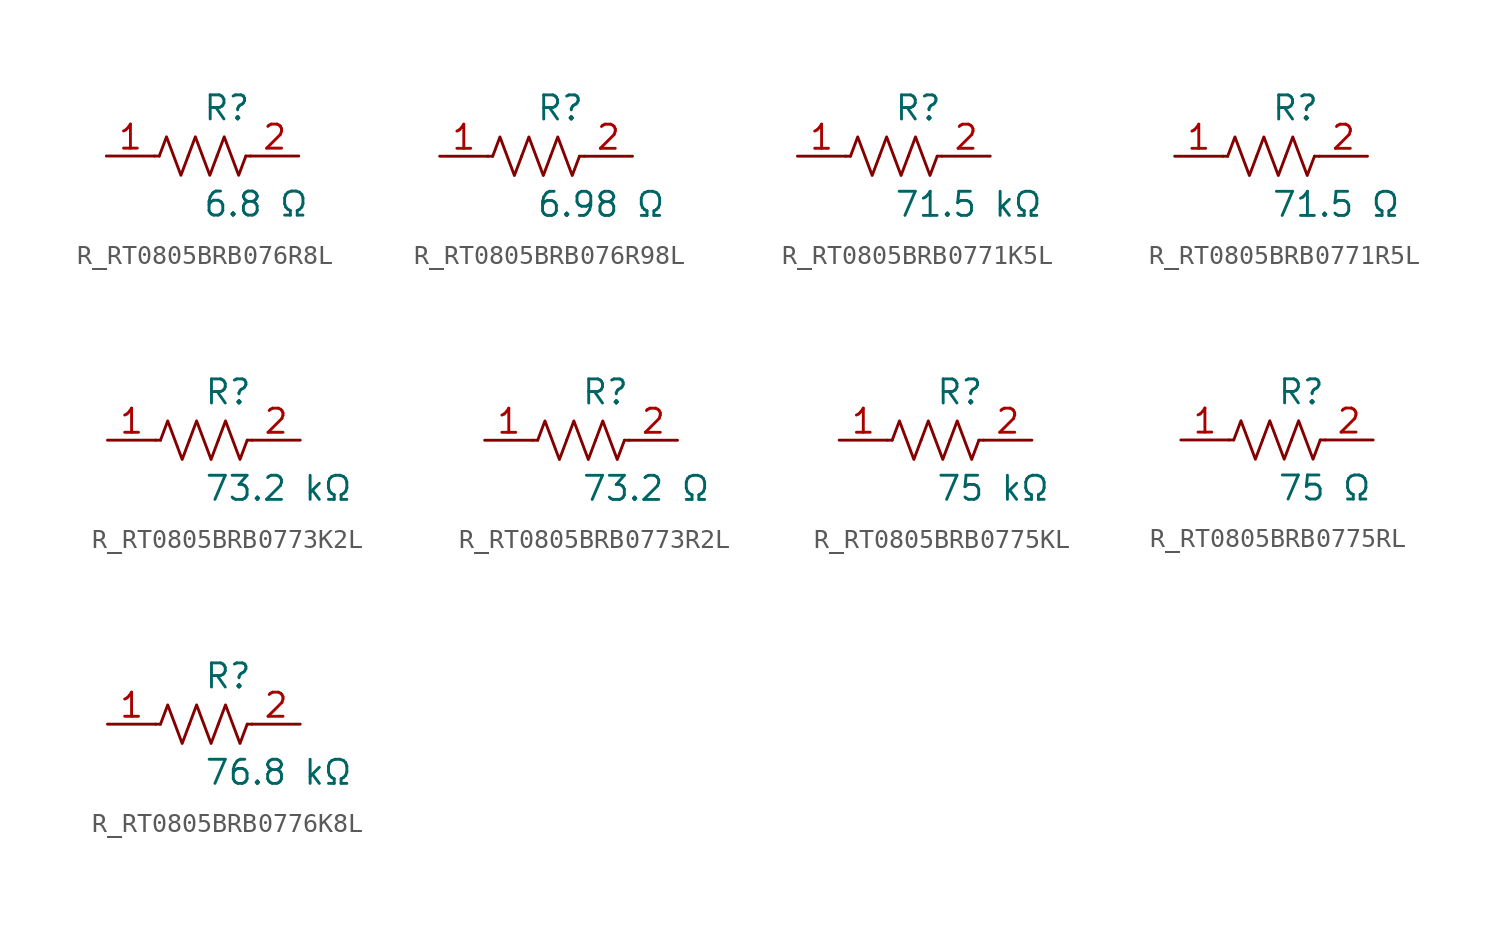
<source format=kicad_sym>
(kicad_symbol_lib
  (version 20231120)
  (generator kicad_symbol_editor)
  (generator_version 8.0)
  (symbol "R_RT0805BRB076R8L"
    (pin_names
      (offset 0.254))
    (property "Reference" "R"
      (at 0 2.54 0)
      (effects (font (size 1.27 1.27)) (justify left)))
    (property "Value" "6.8 Ω"
      (at 0 -2.54 0)
      (effects (font (size 1.27 1.27)) (justify left)))
    (symbol "R_RT0805BRB076R8L_0_1"
      (polyline (pts (xy 2.286 0) (xy 2.54 0)) (stroke (width 0) (type default)) (fill (type none)))
      (polyline (pts (xy -2.286 0) (xy -2.54 0)) (stroke (width 0) (type default)) (fill (type none)))
      (polyline (pts (xy 0.762 0) (xy 1.143 1.016) (xy 1.524 0) (xy 1.905 -1.016) (xy 2.286 0)) (stroke (width 0) (type default)) (fill (type none)))
      (polyline (pts (xy -0.762 0) (xy -0.381 1.016) (xy 0 0) (xy 0.381 -1.016) (xy 0.762 0)) (stroke (width 0) (type default)) (fill (type none)))
      (polyline (pts (xy -2.286 0) (xy -1.905 1.016) (xy -1.524 0) (xy -1.143 -1.016) (xy -0.762 0)) (stroke (width 0) (type default)) (fill (type none))))
    (pin unspecified line
      (at -5.08 0 0)
      (length 2.54)
      (name "" (effects (font (size 1.27 1.27))))
      (number "1" (effects (font (size 1.27 1.27)))))
    (pin unspecified line
      (at 5.08 0 180)
      (length 2.54)
      (name "" (effects (font (size 1.27 1.27))))
      (number "2" (effects (font (size 1.27 1.27))))))
  (symbol "R_RT0805BRB076R98L"
    (pin_names
      (offset 0.254))
    (property "Reference" "R"
      (at 0 2.54 0)
      (effects (font (size 1.27 1.27)) (justify left)))
    (property "Value" "6.98 Ω"
      (at 0 -2.54 0)
      (effects (font (size 1.27 1.27)) (justify left)))
    (symbol "R_RT0805BRB076R98L_0_1"
      (polyline (pts (xy 2.286 0) (xy 2.54 0)) (stroke (width 0) (type default)) (fill (type none)))
      (polyline (pts (xy -2.286 0) (xy -2.54 0)) (stroke (width 0) (type default)) (fill (type none)))
      (polyline (pts (xy 0.762 0) (xy 1.143 1.016) (xy 1.524 0) (xy 1.905 -1.016) (xy 2.286 0)) (stroke (width 0) (type default)) (fill (type none)))
      (polyline (pts (xy -0.762 0) (xy -0.381 1.016) (xy 0 0) (xy 0.381 -1.016) (xy 0.762 0)) (stroke (width 0) (type default)) (fill (type none)))
      (polyline (pts (xy -2.286 0) (xy -1.905 1.016) (xy -1.524 0) (xy -1.143 -1.016) (xy -0.762 0)) (stroke (width 0) (type default)) (fill (type none))))
    (pin unspecified line
      (at -5.08 0 0)
      (length 2.54)
      (name "" (effects (font (size 1.27 1.27))))
      (number "1" (effects (font (size 1.27 1.27)))))
    (pin unspecified line
      (at 5.08 0 180)
      (length 2.54)
      (name "" (effects (font (size 1.27 1.27))))
      (number "2" (effects (font (size 1.27 1.27))))))
  (symbol "R_RT0805BRB0771K5L"
    (pin_names
      (offset 0.254))
    (property "Reference" "R"
      (at 0 2.54 0)
      (effects (font (size 1.27 1.27)) (justify left)))
    (property "Value" "71.5 kΩ"
      (at 0 -2.54 0)
      (effects (font (size 1.27 1.27)) (justify left)))
    (symbol "R_RT0805BRB0771K5L_0_1"
      (polyline (pts (xy 2.286 0) (xy 2.54 0)) (stroke (width 0) (type default)) (fill (type none)))
      (polyline (pts (xy -2.286 0) (xy -2.54 0)) (stroke (width 0) (type default)) (fill (type none)))
      (polyline (pts (xy 0.762 0) (xy 1.143 1.016) (xy 1.524 0) (xy 1.905 -1.016) (xy 2.286 0)) (stroke (width 0) (type default)) (fill (type none)))
      (polyline (pts (xy -0.762 0) (xy -0.381 1.016) (xy 0 0) (xy 0.381 -1.016) (xy 0.762 0)) (stroke (width 0) (type default)) (fill (type none)))
      (polyline (pts (xy -2.286 0) (xy -1.905 1.016) (xy -1.524 0) (xy -1.143 -1.016) (xy -0.762 0)) (stroke (width 0) (type default)) (fill (type none))))
    (pin unspecified line
      (at -5.08 0 0)
      (length 2.54)
      (name "" (effects (font (size 1.27 1.27))))
      (number "1" (effects (font (size 1.27 1.27)))))
    (pin unspecified line
      (at 5.08 0 180)
      (length 2.54)
      (name "" (effects (font (size 1.27 1.27))))
      (number "2" (effects (font (size 1.27 1.27))))))
  (symbol "R_RT0805BRB0771R5L"
    (pin_names
      (offset 0.254))
    (property "Reference" "R"
      (at 0 2.54 0)
      (effects (font (size 1.27 1.27)) (justify left)))
    (property "Value" "71.5 Ω"
      (at 0 -2.54 0)
      (effects (font (size 1.27 1.27)) (justify left)))
    (symbol "R_RT0805BRB0771R5L_0_1"
      (polyline (pts (xy 2.286 0) (xy 2.54 0)) (stroke (width 0) (type default)) (fill (type none)))
      (polyline (pts (xy -2.286 0) (xy -2.54 0)) (stroke (width 0) (type default)) (fill (type none)))
      (polyline (pts (xy 0.762 0) (xy 1.143 1.016) (xy 1.524 0) (xy 1.905 -1.016) (xy 2.286 0)) (stroke (width 0) (type default)) (fill (type none)))
      (polyline (pts (xy -0.762 0) (xy -0.381 1.016) (xy 0 0) (xy 0.381 -1.016) (xy 0.762 0)) (stroke (width 0) (type default)) (fill (type none)))
      (polyline (pts (xy -2.286 0) (xy -1.905 1.016) (xy -1.524 0) (xy -1.143 -1.016) (xy -0.762 0)) (stroke (width 0) (type default)) (fill (type none))))
    (pin unspecified line
      (at -5.08 0 0)
      (length 2.54)
      (name "" (effects (font (size 1.27 1.27))))
      (number "1" (effects (font (size 1.27 1.27)))))
    (pin unspecified line
      (at 5.08 0 180)
      (length 2.54)
      (name "" (effects (font (size 1.27 1.27))))
      (number "2" (effects (font (size 1.27 1.27))))))
  (symbol "R_RT0805BRB0773K2L"
    (pin_names
      (offset 0.254))
    (property "Reference" "R"
      (at 0 2.54 0)
      (effects (font (size 1.27 1.27)) (justify left)))
    (property "Value" "73.2 kΩ"
      (at 0 -2.54 0)
      (effects (font (size 1.27 1.27)) (justify left)))
    (symbol "R_RT0805BRB0773K2L_0_1"
      (polyline (pts (xy 2.286 0) (xy 2.54 0)) (stroke (width 0) (type default)) (fill (type none)))
      (polyline (pts (xy -2.286 0) (xy -2.54 0)) (stroke (width 0) (type default)) (fill (type none)))
      (polyline (pts (xy 0.762 0) (xy 1.143 1.016) (xy 1.524 0) (xy 1.905 -1.016) (xy 2.286 0)) (stroke (width 0) (type default)) (fill (type none)))
      (polyline (pts (xy -0.762 0) (xy -0.381 1.016) (xy 0 0) (xy 0.381 -1.016) (xy 0.762 0)) (stroke (width 0) (type default)) (fill (type none)))
      (polyline (pts (xy -2.286 0) (xy -1.905 1.016) (xy -1.524 0) (xy -1.143 -1.016) (xy -0.762 0)) (stroke (width 0) (type default)) (fill (type none))))
    (pin unspecified line
      (at -5.08 0 0)
      (length 2.54)
      (name "" (effects (font (size 1.27 1.27))))
      (number "1" (effects (font (size 1.27 1.27)))))
    (pin unspecified line
      (at 5.08 0 180)
      (length 2.54)
      (name "" (effects (font (size 1.27 1.27))))
      (number "2" (effects (font (size 1.27 1.27))))))
  (symbol "R_RT0805BRB0773R2L"
    (pin_names
      (offset 0.254))
    (property "Reference" "R"
      (at 0 2.54 0)
      (effects (font (size 1.27 1.27)) (justify left)))
    (property "Value" "73.2 Ω"
      (at 0 -2.54 0)
      (effects (font (size 1.27 1.27)) (justify left)))
    (symbol "R_RT0805BRB0773R2L_0_1"
      (polyline (pts (xy 2.286 0) (xy 2.54 0)) (stroke (width 0) (type default)) (fill (type none)))
      (polyline (pts (xy -2.286 0) (xy -2.54 0)) (stroke (width 0) (type default)) (fill (type none)))
      (polyline (pts (xy 0.762 0) (xy 1.143 1.016) (xy 1.524 0) (xy 1.905 -1.016) (xy 2.286 0)) (stroke (width 0) (type default)) (fill (type none)))
      (polyline (pts (xy -0.762 0) (xy -0.381 1.016) (xy 0 0) (xy 0.381 -1.016) (xy 0.762 0)) (stroke (width 0) (type default)) (fill (type none)))
      (polyline (pts (xy -2.286 0) (xy -1.905 1.016) (xy -1.524 0) (xy -1.143 -1.016) (xy -0.762 0)) (stroke (width 0) (type default)) (fill (type none))))
    (pin unspecified line
      (at -5.08 0 0)
      (length 2.54)
      (name "" (effects (font (size 1.27 1.27))))
      (number "1" (effects (font (size 1.27 1.27)))))
    (pin unspecified line
      (at 5.08 0 180)
      (length 2.54)
      (name "" (effects (font (size 1.27 1.27))))
      (number "2" (effects (font (size 1.27 1.27))))))
  (symbol "R_RT0805BRB0775KL"
    (pin_names
      (offset 0.254))
    (property "Reference" "R"
      (at 0 2.54 0)
      (effects (font (size 1.27 1.27)) (justify left)))
    (property "Value" "75 kΩ"
      (at 0 -2.54 0)
      (effects (font (size 1.27 1.27)) (justify left)))
    (symbol "R_RT0805BRB0775KL_0_1"
      (polyline (pts (xy 2.286 0) (xy 2.54 0)) (stroke (width 0) (type default)) (fill (type none)))
      (polyline (pts (xy -2.286 0) (xy -2.54 0)) (stroke (width 0) (type default)) (fill (type none)))
      (polyline (pts (xy 0.762 0) (xy 1.143 1.016) (xy 1.524 0) (xy 1.905 -1.016) (xy 2.286 0)) (stroke (width 0) (type default)) (fill (type none)))
      (polyline (pts (xy -0.762 0) (xy -0.381 1.016) (xy 0 0) (xy 0.381 -1.016) (xy 0.762 0)) (stroke (width 0) (type default)) (fill (type none)))
      (polyline (pts (xy -2.286 0) (xy -1.905 1.016) (xy -1.524 0) (xy -1.143 -1.016) (xy -0.762 0)) (stroke (width 0) (type default)) (fill (type none))))
    (pin unspecified line
      (at -5.08 0 0)
      (length 2.54)
      (name "" (effects (font (size 1.27 1.27))))
      (number "1" (effects (font (size 1.27 1.27)))))
    (pin unspecified line
      (at 5.08 0 180)
      (length 2.54)
      (name "" (effects (font (size 1.27 1.27))))
      (number "2" (effects (font (size 1.27 1.27))))))
  (symbol "R_RT0805BRB0775RL"
    (pin_names
      (offset 0.254))
    (property "Reference" "R"
      (at 0 2.54 0)
      (effects (font (size 1.27 1.27)) (justify left)))
    (property "Value" "75 Ω"
      (at 0 -2.54 0)
      (effects (font (size 1.27 1.27)) (justify left)))
    (symbol "R_RT0805BRB0775RL_0_1"
      (polyline (pts (xy 2.286 0) (xy 2.54 0)) (stroke (width 0) (type default)) (fill (type none)))
      (polyline (pts (xy -2.286 0) (xy -2.54 0)) (stroke (width 0) (type default)) (fill (type none)))
      (polyline (pts (xy 0.762 0) (xy 1.143 1.016) (xy 1.524 0) (xy 1.905 -1.016) (xy 2.286 0)) (stroke (width 0) (type default)) (fill (type none)))
      (polyline (pts (xy -0.762 0) (xy -0.381 1.016) (xy 0 0) (xy 0.381 -1.016) (xy 0.762 0)) (stroke (width 0) (type default)) (fill (type none)))
      (polyline (pts (xy -2.286 0) (xy -1.905 1.016) (xy -1.524 0) (xy -1.143 -1.016) (xy -0.762 0)) (stroke (width 0) (type default)) (fill (type none))))
    (pin unspecified line
      (at -5.08 0 0)
      (length 2.54)
      (name "" (effects (font (size 1.27 1.27))))
      (number "1" (effects (font (size 1.27 1.27)))))
    (pin unspecified line
      (at 5.08 0 180)
      (length 2.54)
      (name "" (effects (font (size 1.27 1.27))))
      (number "2" (effects (font (size 1.27 1.27))))))
  (symbol "R_RT0805BRB0776K8L"
    (pin_names
      (offset 0.254))
    (property "Reference" "R"
      (at 0 2.54 0)
      (effects (font (size 1.27 1.27)) (justify left)))
    (property "Value" "76.8 kΩ"
      (at 0 -2.54 0)
      (effects (font (size 1.27 1.27)) (justify left)))
    (symbol "R_RT0805BRB0776K8L_0_1"
      (polyline (pts (xy 2.286 0) (xy 2.54 0)) (stroke (width 0) (type default)) (fill (type none)))
      (polyline (pts (xy -2.286 0) (xy -2.54 0)) (stroke (width 0) (type default)) (fill (type none)))
      (polyline (pts (xy 0.762 0) (xy 1.143 1.016) (xy 1.524 0) (xy 1.905 -1.016) (xy 2.286 0)) (stroke (width 0) (type default)) (fill (type none)))
      (polyline (pts (xy -0.762 0) (xy -0.381 1.016) (xy 0 0) (xy 0.381 -1.016) (xy 0.762 0)) (stroke (width 0) (type default)) (fill (type none)))
      (polyline (pts (xy -2.286 0) (xy -1.905 1.016) (xy -1.524 0) (xy -1.143 -1.016) (xy -0.762 0)) (stroke (width 0) (type default)) (fill (type none))))
    (pin unspecified line
      (at -5.08 0 0)
      (length 2.54)
      (name "" (effects (font (size 1.27 1.27))))
      (number "1" (effects (font (size 1.27 1.27)))))
    (pin unspecified line
      (at 5.08 0 180)
      (length 2.54)
      (name "" (effects (font (size 1.27 1.27))))
      (number "2" (effects (font (size 1.27 1.27)))))))
</source>
